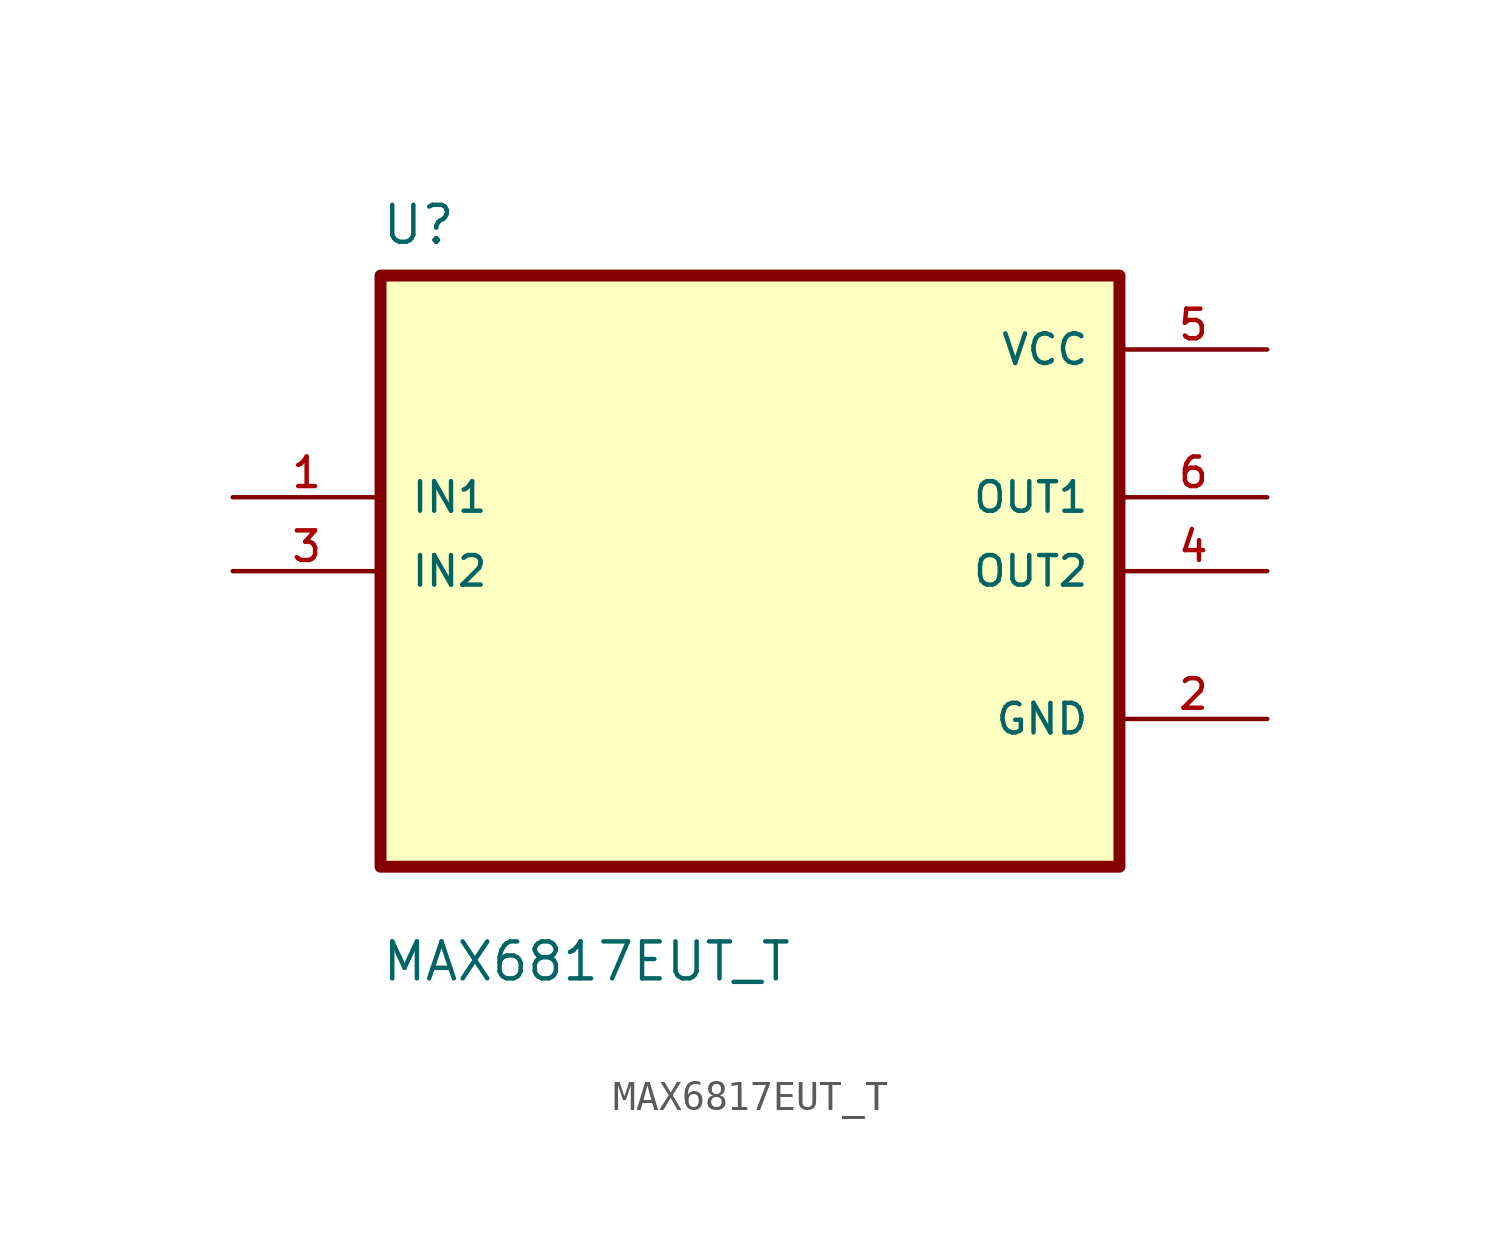
<source format=kicad_sym>
(kicad_symbol_lib
  (version 20241209)
  (generator "kicad_symbol_editor")
  (generator_version "9.0")
  (symbol "MAX6817EUT_T"
    (pin_names
      (offset 1.016))
    (property "Reference" "U"
      (at -12.7 11.16 0)
      (effects (font (size 1.27 1.27)) (justify left bottom)))
    (property "Value" "MAX6817EUT_T"
      (at -12.7 -14.16 0)
      (effects (font (size 1.27 1.27)) (justify left bottom)))
    (symbol "MAX6817EUT_T_0_0"
      (rectangle (start -12.7 -10.16) (end 12.7 10.16) (stroke (width 0.41) (type default)) (fill (type background)))
      (pin input line (at -17.78 2.54 0) (length 5.08) (name "IN1" (effects (font (size 1.016 1.016)))) (number "1" (effects (font (size 1.016 1.016)))))
      (pin input line (at -17.78 0 0) (length 5.08) (name "IN2" (effects (font (size 1.016 1.016)))) (number "3" (effects (font (size 1.016 1.016)))))
      (pin power_in line (at 17.78 7.62 180) (length 5.08) (name "VCC" (effects (font (size 1.016 1.016)))) (number "5" (effects (font (size 1.016 1.016)))))
      (pin output line (at 17.78 2.54 180) (length 5.08) (name "OUT1" (effects (font (size 1.016 1.016)))) (number "6" (effects (font (size 1.016 1.016)))))
      (pin output line (at 17.78 0 180) (length 5.08) (name "OUT2" (effects (font (size 1.016 1.016)))) (number "4" (effects (font (size 1.016 1.016)))))
      (pin power_in line (at 17.78 -5.08 180) (length 5.08) (name "GND" (effects (font (size 1.016 1.016)))) (number "2" (effects (font (size 1.016 1.016))))))))
</source>
